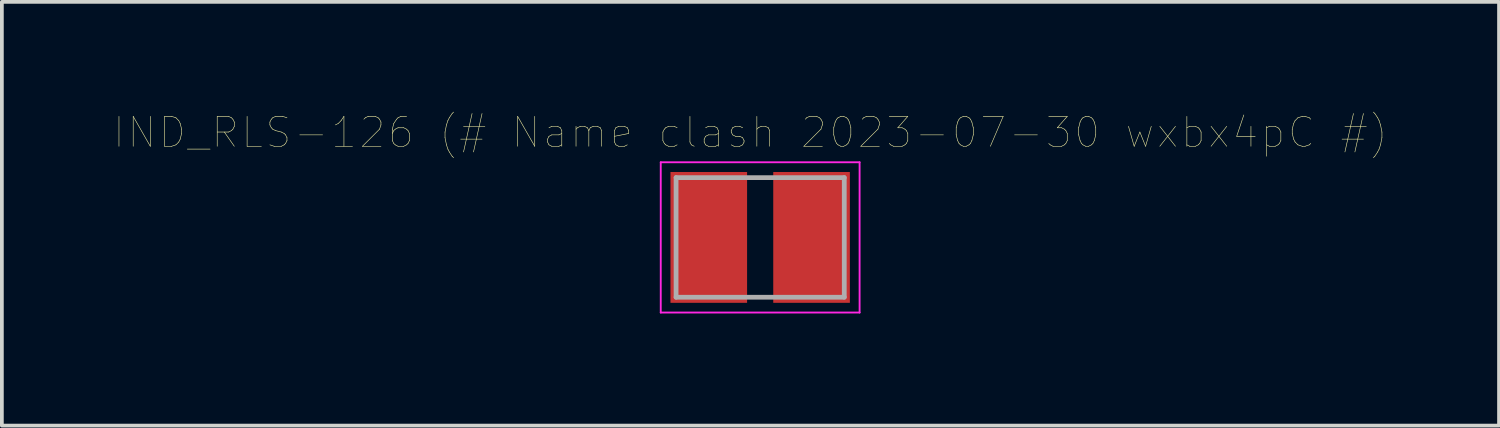
<source format=kicad_pcb>
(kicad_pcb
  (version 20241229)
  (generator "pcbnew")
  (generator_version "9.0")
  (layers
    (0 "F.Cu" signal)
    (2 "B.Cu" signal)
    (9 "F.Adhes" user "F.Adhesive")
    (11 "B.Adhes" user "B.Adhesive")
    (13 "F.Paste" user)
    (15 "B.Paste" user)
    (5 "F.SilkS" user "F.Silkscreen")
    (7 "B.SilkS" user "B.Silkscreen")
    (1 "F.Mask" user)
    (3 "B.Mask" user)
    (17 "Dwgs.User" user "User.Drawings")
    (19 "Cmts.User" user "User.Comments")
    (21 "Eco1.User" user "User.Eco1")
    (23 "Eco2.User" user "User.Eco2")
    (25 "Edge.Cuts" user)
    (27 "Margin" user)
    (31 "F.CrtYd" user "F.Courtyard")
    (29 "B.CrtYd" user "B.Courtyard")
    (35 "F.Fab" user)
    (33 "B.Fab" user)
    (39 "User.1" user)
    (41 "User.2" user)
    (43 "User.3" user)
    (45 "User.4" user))
  (footprint "IND_RLS-126 (# Name clash 2023-07-30 wxbx4pC #)"
    (layer "F.Cu")
    (at 17.288 3.302)
    (property "Reference" "IND_RLS-126 (# Name clash 2023-07-30 wxbx4pC #)" (at -0.26 -2.808 0) (layer "F.SilkS") (effects (font (size 0.8 0.8) (thickness 0.015))))
    (attr through_hole)
    (fp_line (start -2.66 -2.01) (end 2.66 -2.01) (stroke (width 0.05) (type solid)) (layer "F.CrtYd"))
    (fp_line (start -2.66 2.01) (end -2.66 -2.01) (stroke (width 0.05) (type solid)) (layer "F.CrtYd"))
    (fp_line (start 2.66 -2.01) (end 2.66 2.01) (stroke (width 0.05) (type solid)) (layer "F.CrtYd"))
    (fp_line (start 2.66 2.01) (end -2.66 2.01) (stroke (width 0.05) (type solid)) (layer "F.CrtYd"))
    (fp_line (start -2.25 -1.6) (end 2.25 -1.6) (stroke (width 0.127) (type solid)) (layer "F.Fab"))
    (fp_line (start -2.25 1.6) (end -2.25 -1.6) (stroke (width 0.127) (type solid)) (layer "F.Fab"))
    (fp_line (start 2.25 -1.6) (end 2.25 1.6) (stroke (width 0.127) (type solid)) (layer "F.Fab"))
    (fp_line (start 2.25 1.6) (end -2.25 1.6) (stroke (width 0.127) (type solid)) (layer "F.Fab"))
    (pad "1" smd rect (at -1.375 0) (size 2.05 3.5) (layers "F.Cu" "F.Mask" "F.Paste"))
    (pad "2" smd rect (at 1.375 0) (size 2.05 3.5) (layers "F.Cu" "F.Mask" "F.Paste")))
  (gr_rect
    (start -3 -3)
    (end 37.056 8.337)
    (stroke (width 0.1) (type default))
    (fill no)
    (layer "Edge.Cuts")))
</source>
